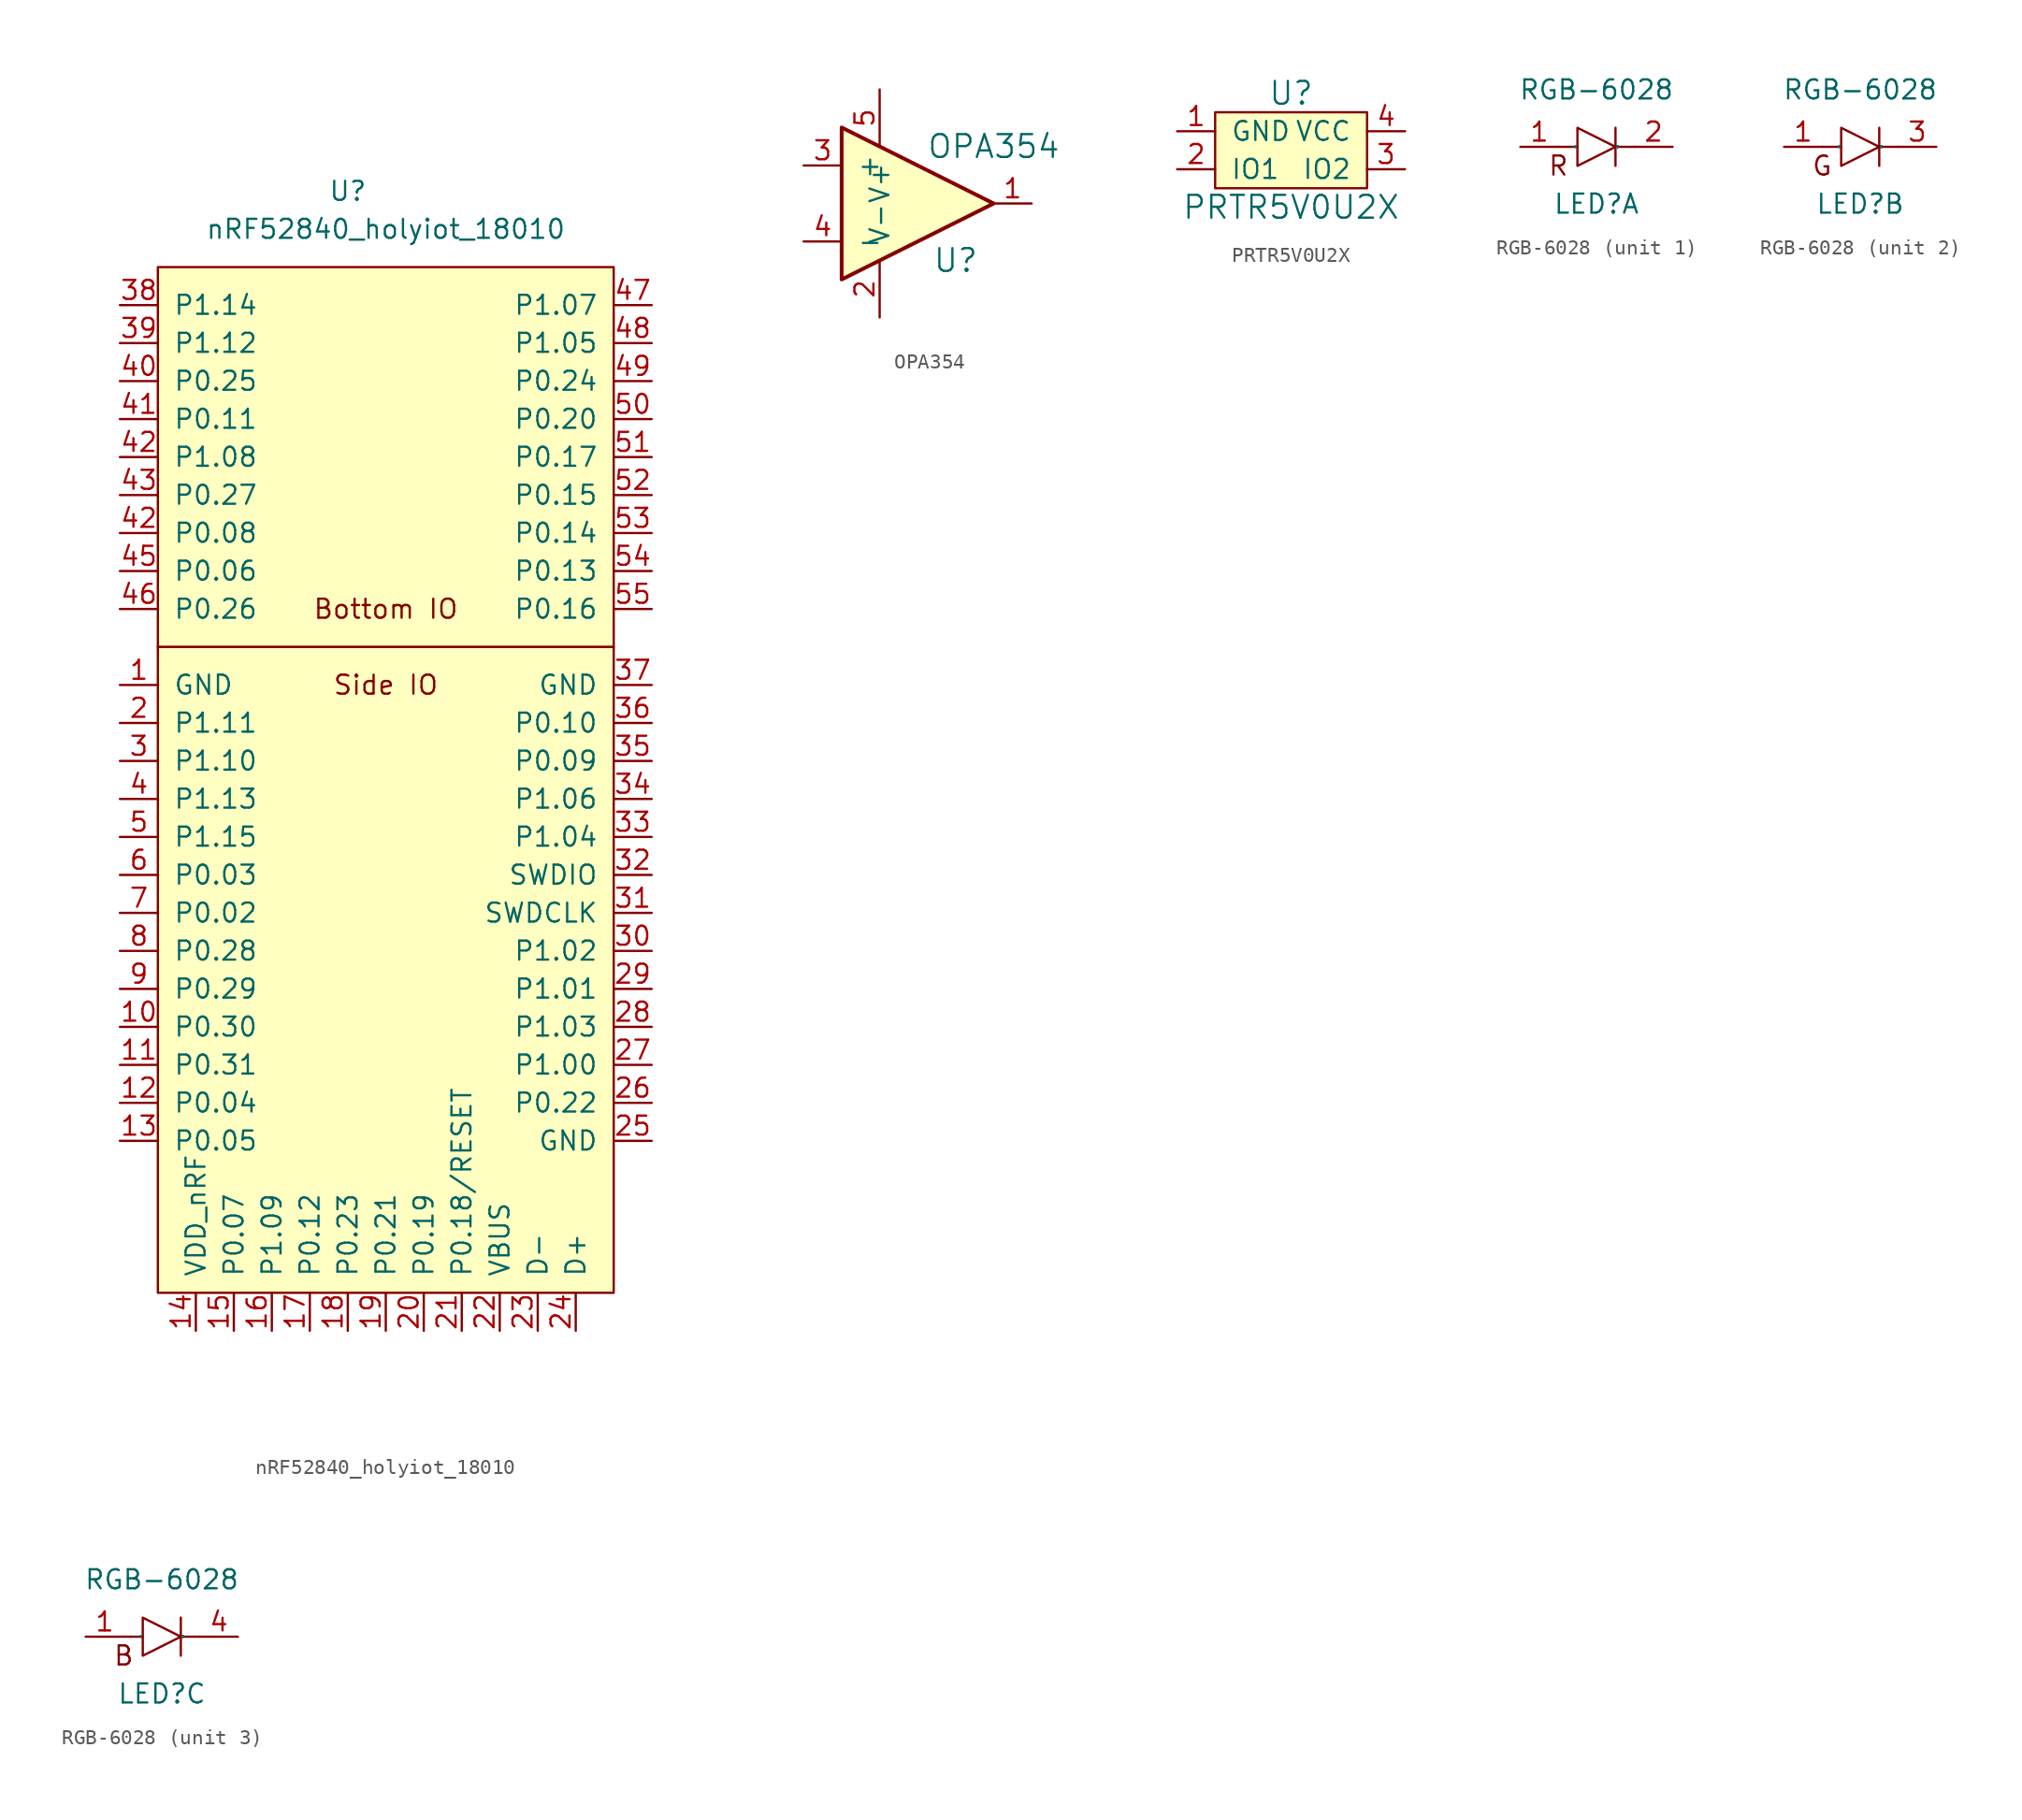
<source format=kicad_sym>
(kicad_symbol_lib
  (version 20231120)
  (generator "kicad_symbol_editor")
  (generator_version "8.0")
  (symbol "nRF52840_holyiot_18010"
    (pin_names
      (offset 1.016))
    (property "Reference" "U"
      (at -2.54 39.37 0)
      (effects (font (size 1.27 1.27))))
    (property "Value" "nRF52840_holyiot_18010"
      (at 0 36.83 0)
      (effects (font (size 1.27 1.27))))
    (symbol "nRF52840_holyiot_18010_0_0"
      (rectangle (start -15.24 8.89) (end 15.24 -34.29) (stroke (width 0) (type default)) (fill (type background)))
      (rectangle (start -15.24 8.89) (end 15.24 34.29) (stroke (width 0) (type default)) (fill (type background)))
      (text "Bottom IO" (at 0 11.43 0) (effects (font (size 1.27 1.27))))
      (text "Side IO" (at 0 6.35 0) (effects (font (size 1.27 1.27)))))
    (symbol "nRF52840_holyiot_18010_1_1"
      (pin power_in line (at -17.78 6.35 0) (length 2.54) (name "GND" (effects (font (size 1.27 1.27)))) (number "1" (effects (font (size 1.27 1.27)))))
      (pin bidirectional line (at -17.78 -16.51 0) (length 2.54) (name "P0.30" (effects (font (size 1.27 1.27)))) (number "10" (effects (font (size 1.27 1.27)))))
      (pin bidirectional line (at -17.78 -19.05 0) (length 2.54) (name "P0.31" (effects (font (size 1.27 1.27)))) (number "11" (effects (font (size 1.27 1.27)))))
      (pin bidirectional line (at -17.78 -21.59 0) (length 2.54) (name "P0.04" (effects (font (size 1.27 1.27)))) (number "12" (effects (font (size 1.27 1.27)))))
      (pin bidirectional line (at -17.78 -24.13 0) (length 2.54) (name "P0.05" (effects (font (size 1.27 1.27)))) (number "13" (effects (font (size 1.27 1.27)))))
      (pin power_in line (at -12.7 -36.83 90) (length 2.54) (name "VDD_nRF" (effects (font (size 1.27 1.27)))) (number "14" (effects (font (size 1.27 1.27)))))
      (pin bidirectional line (at -10.16 -36.83 90) (length 2.54) (name "P0.07" (effects (font (size 1.27 1.27)))) (number "15" (effects (font (size 1.27 1.27)))))
      (pin bidirectional line (at -7.62 -36.83 90) (length 2.54) (name "P1.09" (effects (font (size 1.27 1.27)))) (number "16" (effects (font (size 1.27 1.27)))))
      (pin bidirectional line (at -5.08 -36.83 90) (length 2.54) (name "P0.12" (effects (font (size 1.27 1.27)))) (number "17" (effects (font (size 1.27 1.27)))))
      (pin bidirectional line (at -2.54 -36.83 90) (length 2.54) (name "P0.23" (effects (font (size 1.27 1.27)))) (number "18" (effects (font (size 1.27 1.27)))))
      (pin bidirectional line (at 0 -36.83 90) (length 2.54) (name "P0.21" (effects (font (size 1.27 1.27)))) (number "19" (effects (font (size 1.27 1.27)))))
      (pin bidirectional line (at -17.78 3.81 0) (length 2.54) (name "P1.11" (effects (font (size 1.27 1.27)))) (number "2" (effects (font (size 1.27 1.27)))))
      (pin bidirectional line (at 2.54 -36.83 90) (length 2.54) (name "P0.19" (effects (font (size 1.27 1.27)))) (number "20" (effects (font (size 1.27 1.27)))))
      (pin input line (at 5.08 -36.83 90) (length 2.54) (name "P0.18/RESET" (effects (font (size 1.27 1.27)))) (number "21" (effects (font (size 1.27 1.27)))))
      (pin power_in line (at 7.62 -36.83 90) (length 2.54) (name "VBUS" (effects (font (size 1.27 1.27)))) (number "22" (effects (font (size 1.27 1.27)))))
      (pin bidirectional line (at 10.16 -36.83 90) (length 2.54) (name "D-" (effects (font (size 1.27 1.27)))) (number "23" (effects (font (size 1.27 1.27)))))
      (pin bidirectional line (at 12.7 -36.83 90) (length 2.54) (name "D+" (effects (font (size 1.27 1.27)))) (number "24" (effects (font (size 1.27 1.27)))))
      (pin power_in line (at 17.78 -24.13 180) (length 2.54) (name "GND" (effects (font (size 1.27 1.27)))) (number "25" (effects (font (size 1.27 1.27)))))
      (pin bidirectional line (at 17.78 -21.59 180) (length 2.54) (name "P0.22" (effects (font (size 1.27 1.27)))) (number "26" (effects (font (size 1.27 1.27)))))
      (pin bidirectional line (at 17.78 -19.05 180) (length 2.54) (name "P1.00" (effects (font (size 1.27 1.27)))) (number "27" (effects (font (size 1.27 1.27)))))
      (pin bidirectional line (at 17.78 -16.51 180) (length 2.54) (name "P1.03" (effects (font (size 1.27 1.27)))) (number "28" (effects (font (size 1.27 1.27)))))
      (pin bidirectional line (at 17.78 -13.97 180) (length 2.54) (name "P1.01" (effects (font (size 1.27 1.27)))) (number "29" (effects (font (size 1.27 1.27)))))
      (pin bidirectional line (at -17.78 1.27 0) (length 2.54) (name "P1.10" (effects (font (size 1.27 1.27)))) (number "3" (effects (font (size 1.27 1.27)))))
      (pin bidirectional line (at 17.78 -11.43 180) (length 2.54) (name "P1.02" (effects (font (size 1.27 1.27)))) (number "30" (effects (font (size 1.27 1.27)))))
      (pin bidirectional line (at 17.78 -8.89 180) (length 2.54) (name "SWDCLK" (effects (font (size 1.27 1.27)))) (number "31" (effects (font (size 1.27 1.27)))))
      (pin bidirectional line (at 17.78 -6.35 180) (length 2.54) (name "SWDIO" (effects (font (size 1.27 1.27)))) (number "32" (effects (font (size 1.27 1.27)))))
      (pin bidirectional line (at 17.78 -3.81 180) (length 2.54) (name "P1.04" (effects (font (size 1.27 1.27)))) (number "33" (effects (font (size 1.27 1.27)))))
      (pin bidirectional line (at 17.78 -1.27 180) (length 2.54) (name "P1.06" (effects (font (size 1.27 1.27)))) (number "34" (effects (font (size 1.27 1.27)))))
      (pin bidirectional line (at 17.78 1.27 180) (length 2.54) (name "P0.09" (effects (font (size 1.27 1.27)))) (number "35" (effects (font (size 1.27 1.27)))))
      (pin bidirectional line (at 17.78 3.81 180) (length 2.54) (name "P0.10" (effects (font (size 1.27 1.27)))) (number "36" (effects (font (size 1.27 1.27)))))
      (pin power_in line (at 17.78 6.35 180) (length 2.54) (name "GND" (effects (font (size 1.27 1.27)))) (number "37" (effects (font (size 1.27 1.27)))))
      (pin bidirectional line (at -17.78 31.75 0) (length 2.54) (name "P1.14" (effects (font (size 1.27 1.27)))) (number "38" (effects (font (size 1.27 1.27)))))
      (pin bidirectional line (at -17.78 29.21 0) (length 2.54) (name "P1.12" (effects (font (size 1.27 1.27)))) (number "39" (effects (font (size 1.27 1.27)))))
      (pin bidirectional line (at -17.78 -1.27 0) (length 2.54) (name "P1.13" (effects (font (size 1.27 1.27)))) (number "4" (effects (font (size 1.27 1.27)))))
      (pin bidirectional line (at -17.78 26.67 0) (length 2.54) (name "P0.25" (effects (font (size 1.27 1.27)))) (number "40" (effects (font (size 1.27 1.27)))))
      (pin bidirectional line (at -17.78 24.13 0) (length 2.54) (name "P0.11" (effects (font (size 1.27 1.27)))) (number "41" (effects (font (size 1.27 1.27)))))
      (pin bidirectional line (at -17.78 16.51 0) (length 2.54) (name "P0.08" (effects (font (size 1.27 1.27)))) (number "42" (effects (font (size 1.27 1.27)))))
      (pin bidirectional line (at -17.78 21.59 0) (length 2.54) (name "P1.08" (effects (font (size 1.27 1.27)))) (number "42" (effects (font (size 1.27 1.27)))))
      (pin bidirectional line (at -17.78 19.05 0) (length 2.54) (name "P0.27" (effects (font (size 1.27 1.27)))) (number "43" (effects (font (size 1.27 1.27)))))
      (pin bidirectional line (at -17.78 13.97 0) (length 2.54) (name "P0.06" (effects (font (size 1.27 1.27)))) (number "45" (effects (font (size 1.27 1.27)))))
      (pin bidirectional line (at -17.78 11.43 0) (length 2.54) (name "P0.26" (effects (font (size 1.27 1.27)))) (number "46" (effects (font (size 1.27 1.27)))))
      (pin bidirectional line (at 17.78 31.75 180) (length 2.54) (name "P1.07" (effects (font (size 1.27 1.27)))) (number "47" (effects (font (size 1.27 1.27)))))
      (pin bidirectional line (at 17.78 29.21 180) (length 2.54) (name "P1.05" (effects (font (size 1.27 1.27)))) (number "48" (effects (font (size 1.27 1.27)))))
      (pin bidirectional line (at 17.78 26.67 180) (length 2.54) (name "P0.24" (effects (font (size 1.27 1.27)))) (number "49" (effects (font (size 1.27 1.27)))))
      (pin bidirectional line (at -17.78 -3.81 0) (length 2.54) (name "P1.15" (effects (font (size 1.27 1.27)))) (number "5" (effects (font (size 1.27 1.27)))))
      (pin bidirectional line (at 17.78 24.13 180) (length 2.54) (name "P0.20" (effects (font (size 1.27 1.27)))) (number "50" (effects (font (size 1.27 1.27)))))
      (pin bidirectional line (at 17.78 21.59 180) (length 2.54) (name "P0.17" (effects (font (size 1.27 1.27)))) (number "51" (effects (font (size 1.27 1.27)))))
      (pin bidirectional line (at 17.78 19.05 180) (length 2.54) (name "P0.15" (effects (font (size 1.27 1.27)))) (number "52" (effects (font (size 1.27 1.27)))))
      (pin bidirectional line (at 17.78 16.51 180) (length 2.54) (name "P0.14" (effects (font (size 1.27 1.27)))) (number "53" (effects (font (size 1.27 1.27)))))
      (pin bidirectional line (at 17.78 13.97 180) (length 2.54) (name "P0.13" (effects (font (size 1.27 1.27)))) (number "54" (effects (font (size 1.27 1.27)))))
      (pin bidirectional line (at 17.78 11.43 180) (length 2.54) (name "P0.16" (effects (font (size 1.27 1.27)))) (number "55" (effects (font (size 1.27 1.27)))))
      (pin bidirectional line (at -17.78 -6.35 0) (length 2.54) (name "P0.03" (effects (font (size 1.27 1.27)))) (number "6" (effects (font (size 1.27 1.27)))))
      (pin bidirectional line (at -17.78 -8.89 0) (length 2.54) (name "P0.02" (effects (font (size 1.27 1.27)))) (number "7" (effects (font (size 1.27 1.27)))))
      (pin bidirectional line (at -17.78 -11.43 0) (length 2.54) (name "P0.28" (effects (font (size 1.27 1.27)))) (number "8" (effects (font (size 1.27 1.27)))))
      (pin bidirectional line (at -17.78 -13.97 0) (length 2.54) (name "P0.29" (effects (font (size 1.27 1.27)))) (number "9" (effects (font (size 1.27 1.27)))))))
  (symbol "OPA354"
    (pin_names
      (offset 1.016))
    (property "Reference" "U"
      (at 2.54 -3.81 0)
      (effects (font (size 1.524 1.524))))
    (property "Value" "OPA354"
      (at 5.08 3.81 0)
      (effects (font (size 1.524 1.524))))
    (symbol "OPA354_0_1"
      (polyline (pts (xy -5.08 5.08) (xy 5.08 0) (xy -5.08 -5.08) (xy -5.08 5.08)) (stroke (width 0.254) (type default)) (fill (type background))))
    (symbol "OPA354_1_1"
      (pin output line (at 7.62 0 180) (length 2.54) (name "~" (effects (font (size 1.27 1.27)))) (number "1" (effects (font (size 1.27 1.27)))))
      (pin power_in line (at -2.54 -7.62 90) (length 3.81) (name "V-" (effects (font (size 1.27 1.27)))) (number "2" (effects (font (size 1.27 1.27)))))
      (pin input line (at -7.62 2.54 0) (length 2.54) (name "+" (effects (font (size 1.27 1.27)))) (number "3" (effects (font (size 1.27 1.27)))))
      (pin input line (at -7.62 -2.54 0) (length 2.54) (name "-" (effects (font (size 1.27 1.27)))) (number "4" (effects (font (size 1.27 1.27)))))
      (pin power_in line (at -2.54 7.62 270) (length 3.81) (name "V+" (effects (font (size 1.27 1.27)))) (number "5" (effects (font (size 1.27 1.27)))))))
  (symbol "PRTR5V0U2X"
    (pin_names
      (offset 1.016))
    (property "Reference" "U"
      (at 0 3.81 0)
      (effects (font (size 1.524 1.524))))
    (property "Value" "PRTR5V0U2X"
      (at 0 -3.81 0)
      (effects (font (size 1.524 1.524))))
    (symbol "PRTR5V0U2X_0_1"
      (rectangle (start -5.08 2.54) (end 5.08 -2.54) (stroke (width 0) (type default)) (fill (type background))))
    (symbol "PRTR5V0U2X_1_1"
      (pin input line (at -7.62 1.27 0) (length 2.54) (name "GND" (effects (font (size 1.27 1.27)))) (number "1" (effects (font (size 1.27 1.27)))))
      (pin input line (at -7.62 -1.27 0) (length 2.54) (name "IO1" (effects (font (size 1.27 1.27)))) (number "2" (effects (font (size 1.27 1.27)))))
      (pin input line (at 7.62 -1.27 180) (length 2.54) (name "IO2" (effects (font (size 1.27 1.27)))) (number "3" (effects (font (size 1.27 1.27)))))
      (pin input line (at 7.62 1.27 180) (length 2.54) (name "VCC" (effects (font (size 1.27 1.27)))) (number "4" (effects (font (size 1.27 1.27)))))))
  (symbol "RGB-6028"
    (pin_names
      (offset 1.016))
    (property "Reference" "LED"
      (at 0 -3.81 0)
      (effects (font (size 1.27 1.27))))
    (property "Value" "RGB-6028"
      (at 0 3.81 0)
      (effects (font (size 1.27 1.27))))
    (symbol "RGB-6028_0_1"
      (polyline (pts (xy -1.27 0) (xy -2.54 0)) (stroke (width 0) (type default)) (fill (type none)))
      (polyline (pts (xy 1.27 0) (xy 2.54 0)) (stroke (width 0) (type default)) (fill (type none)))
      (polyline (pts (xy 1.27 1.27) (xy 1.27 -1.27)) (stroke (width 0) (type default)) (fill (type none)))
      (polyline (pts (xy -1.27 1.27) (xy 1.27 0) (xy -1.27 -1.27) (xy -1.27 1.27)) (stroke (width 0) (type default)) (fill (type none)))
      (pin input line (at -5.08 0 0) (length 2.54) (name "A" (effects (font (size 0.025 0.025)))) (number "1" (effects (font (size 1.27 1.27))))))
    (symbol "RGB-6028_1_0"
      (text "R" (at -2.54 -1.27 0) (effects (font (size 1.27 1.27)))))
    (symbol "RGB-6028_1_1"
      (pin input line (at 5.08 0 180) (length 2.54) (name "C" (effects (font (size 0.025 0.025)))) (number "2" (effects (font (size 1.27 1.27))))))
    (symbol "RGB-6028_2_0"
      (text "G" (at -2.54 -1.27 0) (effects (font (size 1.27 1.27)))))
    (symbol "RGB-6028_2_1"
      (pin input line (at 5.08 0 180) (length 2.54) (name "C" (effects (font (size 0.025 0.025)))) (number "3" (effects (font (size 1.27 1.27))))))
    (symbol "RGB-6028_3_0"
      (text "B" (at -2.54 -1.27 0) (effects (font (size 1.27 1.27)))))
    (symbol "RGB-6028_3_1"
      (pin input line (at 5.08 0 180) (length 2.54) (name "C" (effects (font (size 0.025 0.025)))) (number "4" (effects (font (size 1.27 1.27))))))))
</source>
